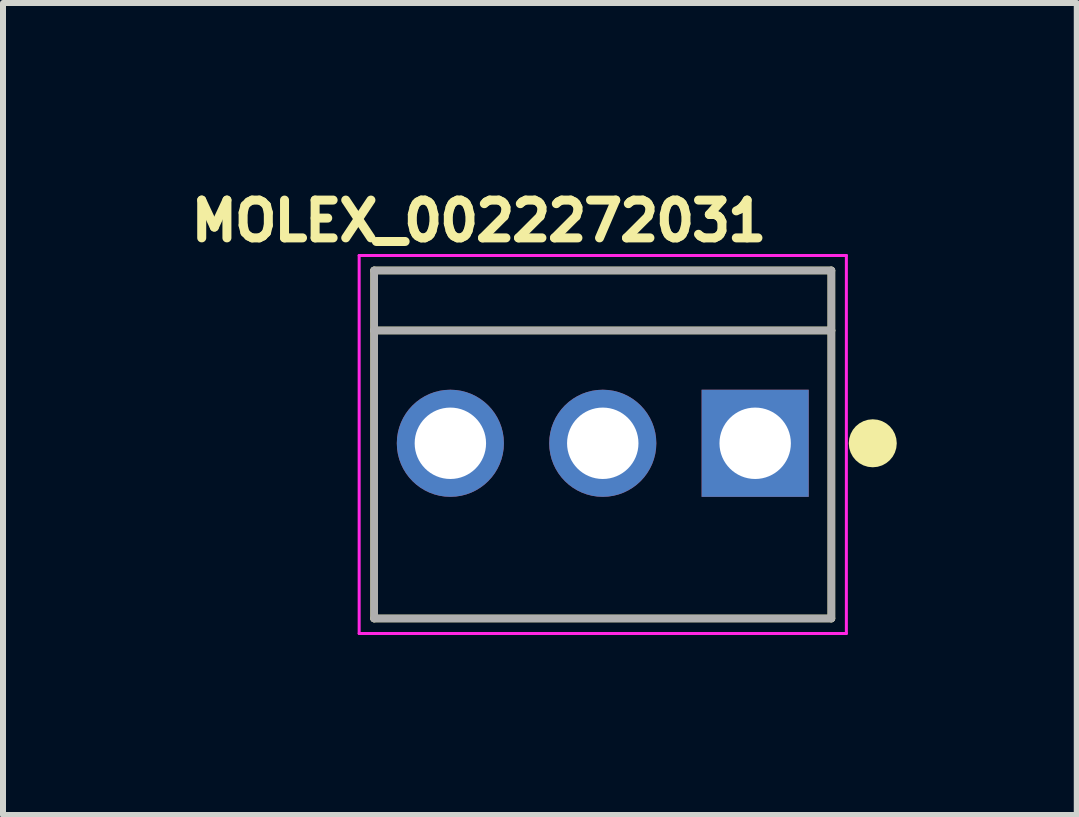
<source format=kicad_pcb>
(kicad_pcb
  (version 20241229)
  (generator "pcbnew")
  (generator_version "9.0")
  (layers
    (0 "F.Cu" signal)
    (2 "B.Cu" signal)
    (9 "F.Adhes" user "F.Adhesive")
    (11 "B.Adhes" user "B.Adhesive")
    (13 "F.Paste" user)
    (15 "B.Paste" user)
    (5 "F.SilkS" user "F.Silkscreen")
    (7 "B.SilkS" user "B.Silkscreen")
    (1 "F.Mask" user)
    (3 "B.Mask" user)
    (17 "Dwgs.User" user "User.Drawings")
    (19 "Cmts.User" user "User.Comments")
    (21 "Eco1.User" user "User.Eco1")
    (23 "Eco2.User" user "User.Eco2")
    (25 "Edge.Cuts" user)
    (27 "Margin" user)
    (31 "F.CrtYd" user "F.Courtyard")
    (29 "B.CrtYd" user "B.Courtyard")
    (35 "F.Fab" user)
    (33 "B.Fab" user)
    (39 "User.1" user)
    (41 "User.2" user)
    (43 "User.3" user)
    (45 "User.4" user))
  (footprint "MOLEX_0022272031"
    (layer "F.Cu")
    (at 6.996 4.338)
    (property "Reference" "MOLEX_0022272031" (at -2.064 -3.707 0) (layer "F.SilkS") (effects (font (size 0.63 0.63) (thickness 0.15))))
    (attr through_hole)
    (fp_line (start -3.81 -2.88) (end -3.81 -1.88) (stroke (width 0.127) (type solid)) (layer "F.SilkS"))
    (fp_line (start -3.81 -1.88) (end -3.81 2.92) (stroke (width 0.127) (type solid)) (layer "F.SilkS"))
    (fp_line (start -3.81 -1.88) (end 3.81 -1.88) (stroke (width 0.127) (type solid)) (layer "F.SilkS"))
    (fp_line (start -3.81 2.92) (end 3.81 2.92) (stroke (width 0.127) (type solid)) (layer "F.SilkS"))
    (fp_line (start 3.81 -2.88) (end -3.81 -2.88) (stroke (width 0.127) (type solid)) (layer "F.SilkS"))
    (fp_line (start 3.81 -1.88) (end 3.81 -2.88) (stroke (width 0.127) (type solid)) (layer "F.SilkS"))
    (fp_line (start 3.81 2.92) (end 3.81 -1.88) (stroke (width 0.127) (type solid)) (layer "F.SilkS"))
    (fp_circle (center 4.5 0) (end 4.7 0) (stroke (width 0.4) (type solid)) (fill no) (layer "F.SilkS"))
    (fp_line (start -4.06 -3.13) (end -4.06 3.17) (stroke (width 0.05) (type solid)) (layer "F.CrtYd"))
    (fp_line (start -4.06 3.17) (end 4.06 3.17) (stroke (width 0.05) (type solid)) (layer "F.CrtYd"))
    (fp_line (start 4.06 -3.13) (end -4.06 -3.13) (stroke (width 0.05) (type solid)) (layer "F.CrtYd"))
    (fp_line (start 4.06 3.17) (end 4.06 -3.13) (stroke (width 0.05) (type solid)) (layer "F.CrtYd"))
    (fp_line (start -3.81 -2.88) (end -3.81 -1.88) (stroke (width 0.127) (type solid)) (layer "F.Fab"))
    (fp_line (start -3.81 -1.88) (end -3.81 2.92) (stroke (width 0.127) (type solid)) (layer "F.Fab"))
    (fp_line (start -3.81 -1.88) (end 3.81 -1.88) (stroke (width 0.127) (type solid)) (layer "F.Fab"))
    (fp_line (start -3.81 2.92) (end 3.81 2.92) (stroke (width 0.127) (type solid)) (layer "F.Fab"))
    (fp_line (start 3.81 -2.88) (end -3.81 -2.88) (stroke (width 0.127) (type solid)) (layer "F.Fab"))
    (fp_line (start 3.81 -1.88) (end 3.81 -2.88) (stroke (width 0.127) (type solid)) (layer "F.Fab"))
    (fp_line (start 3.81 2.92) (end 3.81 -1.88) (stroke (width 0.127) (type solid)) (layer "F.Fab"))
    (fp_circle (center 2.54 0) (end 2.74 0) (stroke (width 0.4) (type solid)) (fill no) (layer "F.Fab"))
    (pad "1" thru_hole rect (at 2.54 0) (size 1.785 1.785) (drill 1.19) (layers "*.Cu" "*.Mask"))
    (pad "2" thru_hole circle (at 0 0) (size 1.785 1.785) (drill 1.19) (layers "*.Cu" "*.Mask"))
    (pad "3" thru_hole circle (at -2.54 0) (size 1.785 1.785) (drill 1.19) (layers "*.Cu" "*.Mask")))
  (gr_rect
    (start -3 -3)
    (end 14.896 10.533)
    (stroke (width 0.1) (type default))
    (fill no)
    (layer "Edge.Cuts")))
</source>
